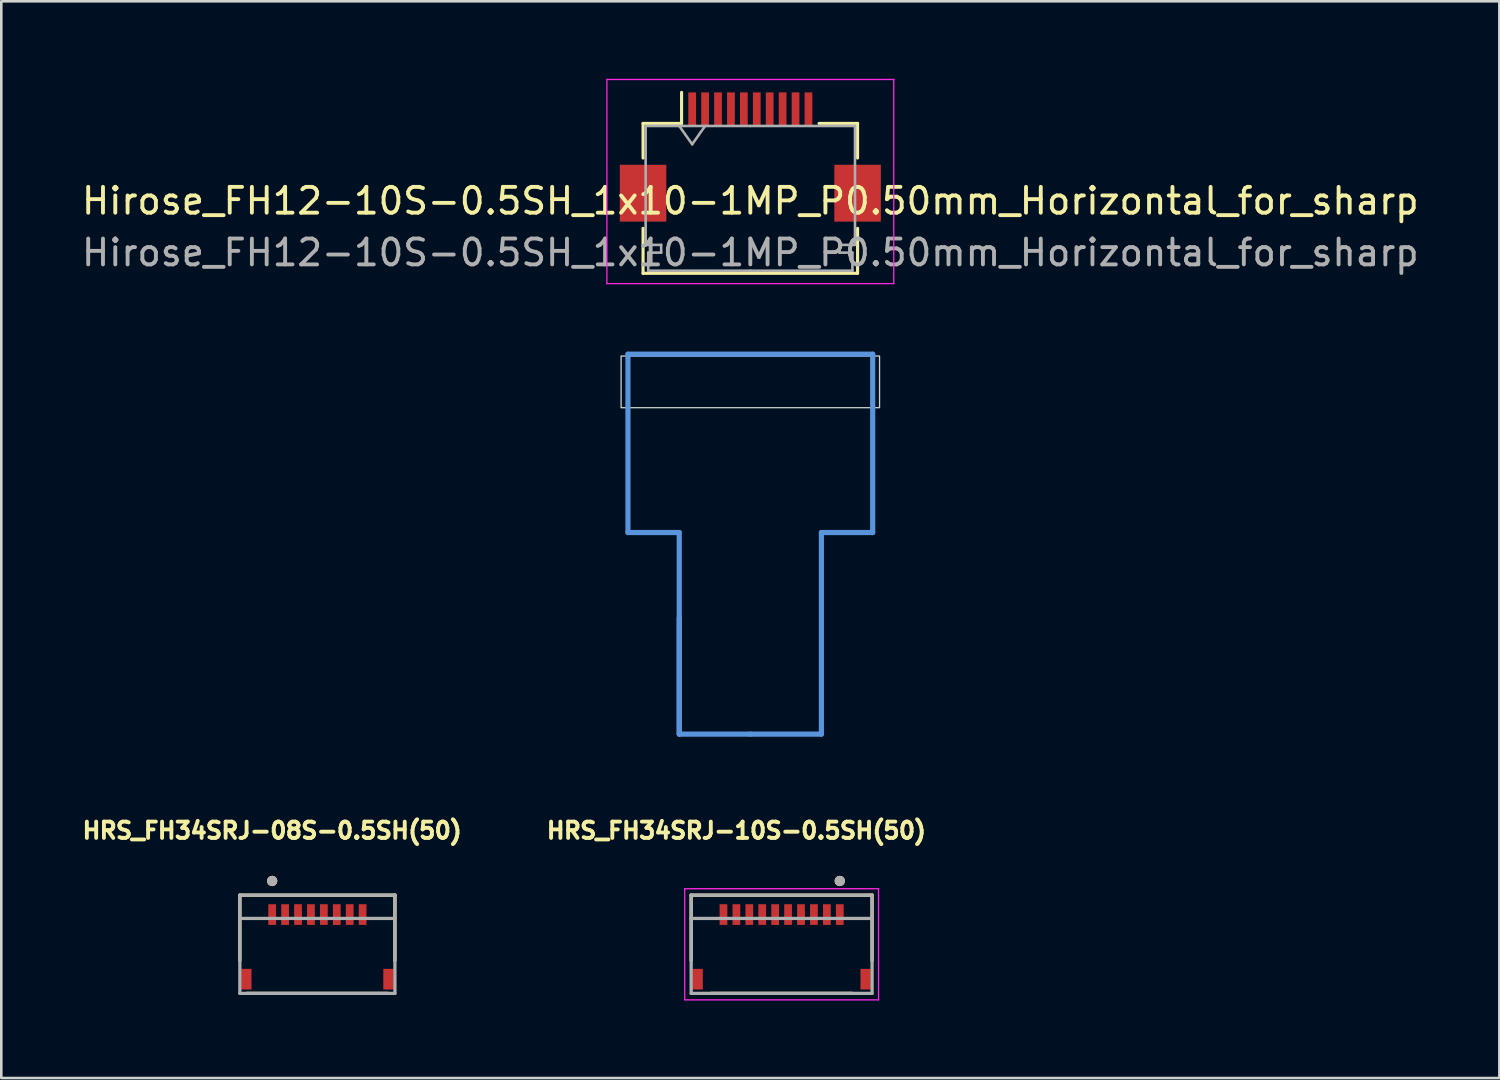
<source format=kicad_pcb>
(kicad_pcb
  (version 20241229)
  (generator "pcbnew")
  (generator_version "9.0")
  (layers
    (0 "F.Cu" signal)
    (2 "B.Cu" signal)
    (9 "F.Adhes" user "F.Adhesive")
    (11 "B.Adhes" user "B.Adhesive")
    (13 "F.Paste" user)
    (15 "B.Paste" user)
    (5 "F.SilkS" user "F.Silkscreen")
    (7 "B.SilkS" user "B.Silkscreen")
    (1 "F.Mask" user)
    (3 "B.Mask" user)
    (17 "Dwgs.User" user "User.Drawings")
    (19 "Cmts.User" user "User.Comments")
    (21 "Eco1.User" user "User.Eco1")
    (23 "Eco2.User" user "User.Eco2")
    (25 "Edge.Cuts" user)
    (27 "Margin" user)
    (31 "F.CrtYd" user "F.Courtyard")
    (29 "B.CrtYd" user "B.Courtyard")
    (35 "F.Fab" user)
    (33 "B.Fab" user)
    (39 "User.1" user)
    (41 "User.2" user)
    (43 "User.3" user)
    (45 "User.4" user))
  (footprint "HRS_FH34SRJ-10S-0.5SH(50)"
    (layer "F.Cu")
    (at 27.193 33.487)
    (property "Reference" "HRS_FH34SRJ-10S-0.5SH(50)" (at -1.75 -4.4 0) (layer "F.SilkS") (effects (font (size 0.63 0.63) (thickness 0.15))))
    (attr through_hole)
    (fp_poly (pts (xy -2.45 -1.6) (xy -2.05 -1.6) (xy -2.05 -0.7) (xy -2.45 -0.7)) (stroke (width 0.01) (type solid)) (fill yes) (layer "F.Mask"))
    (fp_poly (pts (xy -1.95 -1.6) (xy -1.55 -1.6) (xy -1.55 -0.7) (xy -1.95 -0.7)) (stroke (width 0.01) (type solid)) (fill yes) (layer "F.Mask"))
    (fp_poly (pts (xy -1.45 -1.6) (xy -1.05 -1.6) (xy -1.05 -0.7) (xy -1.45 -0.7)) (stroke (width 0.01) (type solid)) (fill yes) (layer "F.Mask"))
    (fp_poly (pts (xy -0.95 -1.6) (xy -0.55 -1.6) (xy -0.55 -0.7) (xy -0.95 -0.7)) (stroke (width 0.01) (type solid)) (fill yes) (layer "F.Mask"))
    (fp_poly (pts (xy -0.45 -1.6) (xy -0.05 -1.6) (xy -0.05 -0.7) (xy -0.45 -0.7)) (stroke (width 0.01) (type solid)) (fill yes) (layer "F.Mask"))
    (fp_poly (pts (xy 0.05 -1.6) (xy 0.45 -1.6) (xy 0.45 -0.7) (xy 0.05 -0.7)) (stroke (width 0.01) (type solid)) (fill yes) (layer "F.Mask"))
    (fp_poly (pts (xy 0.55 -1.6) (xy 0.95 -1.6) (xy 0.95 -0.7) (xy 0.55 -0.7)) (stroke (width 0.01) (type solid)) (fill yes) (layer "F.Mask"))
    (fp_poly (pts (xy 1.05 -1.6) (xy 1.45 -1.6) (xy 1.45 -0.7) (xy 1.05 -0.7)) (stroke (width 0.01) (type solid)) (fill yes) (layer "F.Mask"))
    (fp_poly (pts (xy 1.55 -1.6) (xy 1.95 -1.6) (xy 1.95 -0.7) (xy 1.55 -0.7)) (stroke (width 0.01) (type solid)) (fill yes) (layer "F.Mask"))
    (fp_poly (pts (xy 2.05 -1.6) (xy 2.45 -1.6) (xy 2.45 -0.7) (xy 2.05 -0.7)) (stroke (width 0.01) (type solid)) (fill yes) (layer "F.Mask"))
    (fp_line (start -3.5 -1.9) (end -3.5 0.63) (stroke (width 0.127) (type solid)) (layer "F.SilkS"))
    (fp_line (start -2.73 1.9) (end 2.73 1.9) (stroke (width 0.127) (type solid)) (layer "F.SilkS"))
    (fp_line (start 3.5 -1.9) (end -3.5 -1.9) (stroke (width 0.127) (type solid)) (layer "F.SilkS"))
    (fp_line (start 3.5 0.63) (end 3.5 -1.9) (stroke (width 0.127) (type solid)) (layer "F.SilkS"))
    (fp_circle (center 2.25 -2.45) (end 2.35 -2.45) (stroke (width 0.2) (type solid)) (fill no) (layer "F.SilkS"))
    (fp_poly (pts (xy -2.375 -1.55) (xy -2.125 -1.55) (xy -2.125 -0.9) (xy -2.375 -0.9)) (stroke (width 0.01) (type solid)) (fill yes) (layer "F.Paste"))
    (fp_poly (pts (xy -1.875 -1.55) (xy -1.625 -1.55) (xy -1.625 -0.9) (xy -1.875 -0.9)) (stroke (width 0.01) (type solid)) (fill yes) (layer "F.Paste"))
    (fp_poly (pts (xy -1.375 -1.55) (xy -1.125 -1.55) (xy -1.125 -0.9) (xy -1.375 -0.9)) (stroke (width 0.01) (type solid)) (fill yes) (layer "F.Paste"))
    (fp_poly (pts (xy -0.875 -1.55) (xy -0.625 -1.55) (xy -0.625 -0.9) (xy -0.875 -0.9)) (stroke (width 0.01) (type solid)) (fill yes) (layer "F.Paste"))
    (fp_poly (pts (xy -0.375 -1.55) (xy -0.125 -1.55) (xy -0.125 -0.9) (xy -0.375 -0.9)) (stroke (width 0.01) (type solid)) (fill yes) (layer "F.Paste"))
    (fp_poly (pts (xy 0.125 -1.55) (xy 0.375 -1.55) (xy 0.375 -0.9) (xy 0.125 -0.9)) (stroke (width 0.01) (type solid)) (fill yes) (layer "F.Paste"))
    (fp_poly (pts (xy 0.625 -1.55) (xy 0.875 -1.55) (xy 0.875 -0.9) (xy 0.625 -0.9)) (stroke (width 0.01) (type solid)) (fill yes) (layer "F.Paste"))
    (fp_poly (pts (xy 1.125 -1.55) (xy 1.375 -1.55) (xy 1.375 -0.9) (xy 1.125 -0.9)) (stroke (width 0.01) (type solid)) (fill yes) (layer "F.Paste"))
    (fp_poly (pts (xy 1.625 -1.55) (xy 1.875 -1.55) (xy 1.875 -0.9) (xy 1.625 -0.9)) (stroke (width 0.01) (type solid)) (fill yes) (layer "F.Paste"))
    (fp_poly (pts (xy 2.125 -1.55) (xy 2.375 -1.55) (xy 2.375 -0.9) (xy 2.125 -0.9)) (stroke (width 0.01) (type solid)) (fill yes) (layer "F.Paste"))
    (fp_line (start -3.75 -2.15) (end -3.75 2.15) (stroke (width 0.05) (type solid)) (layer "F.CrtYd"))
    (fp_line (start -3.75 2.15) (end 3.75 2.15) (stroke (width 0.05) (type solid)) (layer "F.CrtYd"))
    (fp_line (start 3.75 -2.15) (end -3.75 -2.15) (stroke (width 0.05) (type solid)) (layer "F.CrtYd"))
    (fp_line (start 3.75 2.15) (end 3.75 -2.15) (stroke (width 0.05) (type solid)) (layer "F.CrtYd"))
    (fp_line (start -3.5 -1.9) (end 3.5 -1.9) (stroke (width 0.127) (type solid)) (layer "F.Fab"))
    (fp_line (start -3.5 -1) (end -3.5 -1.9) (stroke (width 0.127) (type solid)) (layer "F.Fab"))
    (fp_line (start -3.5 -1) (end -3.5 1.9) (stroke (width 0.127) (type solid)) (layer "F.Fab"))
    (fp_line (start -3.5 1.9) (end 3.5 1.9) (stroke (width 0.127) (type solid)) (layer "F.Fab"))
    (fp_line (start 3.5 -1.9) (end 3.5 -1) (stroke (width 0.127) (type solid)) (layer "F.Fab"))
    (fp_line (start 3.5 -1) (end -3.5 -1) (stroke (width 0.127) (type solid)) (layer "F.Fab"))
    (fp_line (start 3.5 1.9) (end 3.5 -1) (stroke (width 0.127) (type solid)) (layer "F.Fab"))
    (fp_circle (center 2.25 -2.45) (end 2.35 -2.45) (stroke (width 0.2) (type solid)) (fill no) (layer "F.Fab"))
    (pad "1" smd rect (at 2.25 -1.15) (size 0.3 0.8) (layers "F.Cu"))
    (pad "2" smd rect (at 1.75 -1.15) (size 0.3 0.8) (layers "F.Cu"))
    (pad "3" smd rect (at 1.25 -1.15) (size 0.3 0.8) (layers "F.Cu"))
    (pad "4" smd rect (at 0.75 -1.15) (size 0.3 0.8) (layers "F.Cu"))
    (pad "5" smd rect (at 0.25 -1.15) (size 0.3 0.8) (layers "F.Cu"))
    (pad "6" smd rect (at -0.25 -1.15) (size 0.3 0.8) (layers "F.Cu"))
    (pad "7" smd rect (at -0.75 -1.15) (size 0.3 0.8) (layers "F.Cu"))
    (pad "8" smd rect (at -1.25 -1.15) (size 0.3 0.8) (layers "F.Cu"))
    (pad "9" smd rect (at -1.75 -1.15) (size 0.3 0.8) (layers "F.Cu"))
    (pad "10" smd rect (at -2.25 -1.15) (size 0.3 0.8) (layers "F.Cu"))
    (pad "MP" smd rect (at -3.25 1.35) (size 0.4 0.8) (layers "F.Cu" "F.Mask" "F.Paste"))
    (pad "MP" smd rect (at 3.25 1.35) (size 0.4 0.8) (layers "F.Cu" "F.Mask" "F.Paste")))
  (footprint "Hirose_FH12-10S-0.5SH_1x10-1MP_P0.50mm_Horizontal_for_sharp"
    (layer "F.Cu")
    (at 25.982 3.025)
    (property "Reference" "Hirose_FH12-10S-0.5SH_1x10-1MP_P0.50mm_Horizontal_for_sharp" (at 0 1.7 0) (layer "F.SilkS") (effects (font (size 1 1) (thickness 0.15))))
    (attr smd)
    (fp_line (start -4.15 -1.3) (end -4.15 0.04) (stroke (width 0.12) (type solid)) (layer "F.SilkS"))
    (fp_line (start -4.15 2.76) (end -4.15 4.5) (stroke (width 0.12) (type solid)) (layer "F.SilkS"))
    (fp_line (start -4.15 4.5) (end 4.15 4.5) (stroke (width 0.12) (type solid)) (layer "F.SilkS"))
    (fp_line (start -2.66 -1.3) (end -4.15 -1.3) (stroke (width 0.12) (type solid)) (layer "F.SilkS"))
    (fp_line (start -2.66 -1.3) (end -2.66 -2.5) (stroke (width 0.12) (type solid)) (layer "F.SilkS"))
    (fp_line (start 2.66 -1.3) (end 4.15 -1.3) (stroke (width 0.12) (type solid)) (layer "F.SilkS"))
    (fp_line (start 4.15 -1.3) (end 4.15 0.04) (stroke (width 0.12) (type solid)) (layer "F.SilkS"))
    (fp_line (start 4.15 4.5) (end 4.15 2.76) (stroke (width 0.12) (type solid)) (layer "F.SilkS"))
    (fp_line (start -4.735 7.63) (end -4.735 14.53) (stroke (width 0.2) (type solid)) (layer "Cmts.User"))
    (fp_line (start -4.735 7.63) (end 4.735 7.63) (stroke (width 0.2) (type solid)) (layer "Cmts.User"))
    (fp_line (start -2.75 14.53) (end -4.735 14.53) (stroke (width 0.2) (type solid)) (layer "Cmts.User"))
    (fp_line (start -2.75 22.33) (end -2.75 14.53) (stroke (width 0.2) (type solid)) (layer "Cmts.User"))
    (fp_line (start -2.75 22.33) (end -2.75 17.83) (stroke (width 0.2) (type solid)) (layer "Cmts.User"))
    (fp_line (start 0 22.33) (end -2.75 22.33) (stroke (width 0.2) (type solid)) (layer "Cmts.User"))
    (fp_line (start 0 22.33) (end 2.75 22.33) (stroke (width 0.2) (type solid)) (layer "Cmts.User"))
    (fp_line (start 2.75 14.53) (end 4.735 14.53) (stroke (width 0.2) (type solid)) (layer "Cmts.User"))
    (fp_line (start 2.75 22.33) (end 2.75 14.53) (stroke (width 0.2) (type solid)) (layer "Cmts.User"))
    (fp_line (start 4.735 14.53) (end 4.735 7.63) (stroke (width 0.2) (type solid)) (layer "Cmts.User"))
    (fp_rect (start -5 7.7) (end 5 9.7) (stroke (width 0.05) (type solid)) (fill no) (layer "Edge.Cuts"))
    (fp_line (start -5.55 -3) (end -5.55 4.9) (stroke (width 0.05) (type solid)) (layer "F.CrtYd"))
    (fp_line (start -5.55 4.9) (end 5.55 4.9) (stroke (width 0.05) (type solid)) (layer "F.CrtYd"))
    (fp_line (start 5.55 -3) (end -5.55 -3) (stroke (width 0.05) (type solid)) (layer "F.CrtYd"))
    (fp_line (start 5.55 4.9) (end 5.55 -3) (stroke (width 0.05) (type solid)) (layer "F.CrtYd"))
    (fp_line (start -4.05 -1.2) (end -4.05 3.4) (stroke (width 0.1) (type solid)) (layer "F.Fab"))
    (fp_line (start -4.05 3.4) (end -3.45 3.4) (stroke (width 0.1) (type solid)) (layer "F.Fab"))
    (fp_line (start -3.95 3.7) (end -3.95 4.4) (stroke (width 0.1) (type solid)) (layer "F.Fab"))
    (fp_line (start -3.95 4.4) (end 0 4.4) (stroke (width 0.1) (type solid)) (layer "F.Fab"))
    (fp_line (start -3.45 3.4) (end -3.45 3.7) (stroke (width 0.1) (type solid)) (layer "F.Fab"))
    (fp_line (start -3.45 3.7) (end -3.95 3.7) (stroke (width 0.1) (type solid)) (layer "F.Fab"))
    (fp_line (start -2.75 -1.2) (end -2.25 -0.493) (stroke (width 0.1) (type solid)) (layer "F.Fab"))
    (fp_line (start -2.25 -0.493) (end -1.75 -1.2) (stroke (width 0.1) (type solid)) (layer "F.Fab"))
    (fp_line (start 0 -1.2) (end -4.05 -1.2) (stroke (width 0.1) (type solid)) (layer "F.Fab"))
    (fp_line (start 0 -1.2) (end 4.05 -1.2) (stroke (width 0.1) (type solid)) (layer "F.Fab"))
    (fp_line (start 3.45 3.4) (end 3.45 3.7) (stroke (width 0.1) (type solid)) (layer "F.Fab"))
    (fp_line (start 3.45 3.7) (end 3.95 3.7) (stroke (width 0.1) (type solid)) (layer "F.Fab"))
    (fp_line (start 3.95 3.7) (end 3.95 4.4) (stroke (width 0.1) (type solid)) (layer "F.Fab"))
    (fp_line (start 3.95 4.4) (end 0 4.4) (stroke (width 0.1) (type solid)) (layer "F.Fab"))
    (fp_line (start 4.05 -1.2) (end 4.05 3.4) (stroke (width 0.1) (type solid)) (layer "F.Fab"))
    (fp_line (start 4.05 3.4) (end 3.45 3.4) (stroke (width 0.1) (type solid)) (layer "F.Fab"))
    (fp_text user "${REFERENCE}" (at 0 3.7 0) (layer "F.Fab") (effects (font (size 1 1) (thickness 0.15))))
    (pad "1" smd rect (at -2.25 -1.85) (size 0.3 1.3) (layers "F.Cu" "F.Mask" "F.Paste"))
    (pad "2" smd rect (at -1.75 -1.85) (size 0.3 1.3) (layers "F.Cu" "F.Mask" "F.Paste"))
    (pad "3" smd rect (at -1.25 -1.85) (size 0.3 1.3) (layers "F.Cu" "F.Mask" "F.Paste"))
    (pad "4" smd rect (at -0.75 -1.85) (size 0.3 1.3) (layers "F.Cu" "F.Mask" "F.Paste"))
    (pad "5" smd rect (at -0.25 -1.85) (size 0.3 1.3) (layers "F.Cu" "F.Mask" "F.Paste"))
    (pad "6" smd rect (at 0.25 -1.85) (size 0.3 1.3) (layers "F.Cu" "F.Mask" "F.Paste"))
    (pad "7" smd rect (at 0.75 -1.85) (size 0.3 1.3) (layers "F.Cu" "F.Mask" "F.Paste"))
    (pad "8" smd rect (at 1.25 -1.85) (size 0.3 1.3) (layers "F.Cu" "F.Mask" "F.Paste"))
    (pad "9" smd rect (at 1.75 -1.85) (size 0.3 1.3) (layers "F.Cu" "F.Mask" "F.Paste"))
    (pad "10" smd rect (at 2.25 -1.85) (size 0.3 1.3) (layers "F.Cu" "F.Mask" "F.Paste"))
    (pad "MP" smd rect (at -4.15 1.4) (size 1.8 2.2) (layers "F.Cu" "F.Mask" "F.Paste"))
    (pad "MP" smd rect (at 4.15 1.4) (size 1.8 2.2) (layers "F.Cu" "F.Mask" "F.Paste")))
  (footprint "HRS_FH34SRJ-08S-0.5SH(50)"
    (layer "F.Cu")
    (at 9.231 33.487)
    (property "Reference" "HRS_FH34SRJ-08S-0.5SH(50)" (at -1.75 -4.4 180) (layer "F.SilkS") (effects (font (size 0.63 0.63) (thickness 0.15))))
    (attr through_hole)
    (fp_poly (pts (xy -1.95 -1.6) (xy -1.55 -1.6) (xy -1.55 -0.7) (xy -1.95 -0.7)) (stroke (width 0.01) (type solid)) (fill yes) (layer "F.Mask"))
    (fp_poly (pts (xy -1.45 -1.6) (xy -1.05 -1.6) (xy -1.05 -0.7) (xy -1.45 -0.7)) (stroke (width 0.01) (type solid)) (fill yes) (layer "F.Mask"))
    (fp_poly (pts (xy -0.95 -1.6) (xy -0.55 -1.6) (xy -0.55 -0.7) (xy -0.95 -0.7)) (stroke (width 0.01) (type solid)) (fill yes) (layer "F.Mask"))
    (fp_poly (pts (xy -0.45 -1.6) (xy -0.05 -1.6) (xy -0.05 -0.7) (xy -0.45 -0.7)) (stroke (width 0.01) (type solid)) (fill yes) (layer "F.Mask"))
    (fp_poly (pts (xy 0.05 -1.6) (xy 0.45 -1.6) (xy 0.45 -0.7) (xy 0.05 -0.7)) (stroke (width 0.01) (type solid)) (fill yes) (layer "F.Mask"))
    (fp_poly (pts (xy 0.55 -1.6) (xy 0.95 -1.6) (xy 0.95 -0.7) (xy 0.55 -0.7)) (stroke (width 0.01) (type solid)) (fill yes) (layer "F.Mask"))
    (fp_poly (pts (xy 1.05 -1.6) (xy 1.45 -1.6) (xy 1.45 -0.7) (xy 1.05 -0.7)) (stroke (width 0.01) (type solid)) (fill yes) (layer "F.Mask"))
    (fp_poly (pts (xy 1.55 -1.6) (xy 1.95 -1.6) (xy 1.95 -0.7) (xy 1.55 -0.7)) (stroke (width 0.01) (type solid)) (fill yes) (layer "F.Mask"))
    (fp_line (start -3 -1.9) (end -3 0.63) (stroke (width 0.127) (type solid)) (layer "F.SilkS"))
    (fp_line (start -2.73 1.9) (end 2.73 1.9) (stroke (width 0.127) (type solid)) (layer "F.SilkS"))
    (fp_line (start 3 -1.9) (end -3 -1.9) (stroke (width 0.127) (type solid)) (layer "F.SilkS"))
    (fp_line (start 3 0.63) (end 3 -1.9) (stroke (width 0.127) (type solid)) (layer "F.SilkS"))
    (fp_circle (center -1.75 -2.45) (end -1.65 -2.45) (stroke (width 0.2) (type solid)) (fill no) (layer "F.SilkS"))
    (fp_poly (pts (xy -1.875 -1.55) (xy -1.625 -1.55) (xy -1.625 -0.9) (xy -1.875 -0.9)) (stroke (width 0.01) (type solid)) (fill yes) (layer "F.Paste"))
    (fp_poly (pts (xy -1.375 -1.55) (xy -1.125 -1.55) (xy -1.125 -0.9) (xy -1.375 -0.9)) (stroke (width 0.01) (type solid)) (fill yes) (layer "F.Paste"))
    (fp_poly (pts (xy -0.875 -1.55) (xy -0.625 -1.55) (xy -0.625 -0.9) (xy -0.875 -0.9)) (stroke (width 0.01) (type solid)) (fill yes) (layer "F.Paste"))
    (fp_poly (pts (xy -0.375 -1.55) (xy -0.125 -1.55) (xy -0.125 -0.9) (xy -0.375 -0.9)) (stroke (width 0.01) (type solid)) (fill yes) (layer "F.Paste"))
    (fp_poly (pts (xy 0.125 -1.55) (xy 0.375 -1.55) (xy 0.375 -0.9) (xy 0.125 -0.9)) (stroke (width 0.01) (type solid)) (fill yes) (layer "F.Paste"))
    (fp_poly (pts (xy 0.625 -1.55) (xy 0.875 -1.55) (xy 0.875 -0.9) (xy 0.625 -0.9)) (stroke (width 0.01) (type solid)) (fill yes) (layer "F.Paste"))
    (fp_poly (pts (xy 1.125 -1.55) (xy 1.375 -1.55) (xy 1.375 -0.9) (xy 1.125 -0.9)) (stroke (width 0.01) (type solid)) (fill yes) (layer "F.Paste"))
    (fp_poly (pts (xy 1.625 -1.55) (xy 1.875 -1.55) (xy 1.875 -0.9) (xy 1.625 -0.9)) (stroke (width 0.01) (type solid)) (fill yes) (layer "F.Paste"))
    (fp_line (start -3 -1.9) (end 3 -1.9) (stroke (width 0.127) (type solid)) (layer "F.Fab"))
    (fp_line (start -3 -1) (end -3 -1.9) (stroke (width 0.127) (type solid)) (layer "F.Fab"))
    (fp_line (start -3 -1) (end -3 1.9) (stroke (width 0.127) (type solid)) (layer "F.Fab"))
    (fp_line (start -3 1.9) (end 3 1.9) (stroke (width 0.127) (type solid)) (layer "F.Fab"))
    (fp_line (start 3 -1.9) (end 3 -1) (stroke (width 0.127) (type solid)) (layer "F.Fab"))
    (fp_line (start 3 -1) (end -3 -1) (stroke (width 0.127) (type solid)) (layer "F.Fab"))
    (fp_line (start 3 1.9) (end 3 -1) (stroke (width 0.127) (type solid)) (layer "F.Fab"))
    (fp_circle (center -1.75 -2.45) (end -1.65 -2.45) (stroke (width 0.2) (type solid)) (fill no) (layer "F.Fab"))
    (pad "1" smd rect (at -1.75 -1.15) (size 0.3 0.8) (layers "F.Cu"))
    (pad "2" smd rect (at -1.25 -1.15) (size 0.3 0.8) (layers "F.Cu"))
    (pad "3" smd rect (at -0.75 -1.15) (size 0.3 0.8) (layers "F.Cu"))
    (pad "4" smd rect (at -0.25 -1.15) (size 0.3 0.8) (layers "F.Cu"))
    (pad "5" smd rect (at 0.25 -1.15) (size 0.3 0.8) (layers "F.Cu"))
    (pad "6" smd rect (at 0.75 -1.15) (size 0.3 0.8) (layers "F.Cu"))
    (pad "7" smd rect (at 1.25 -1.15) (size 0.3 0.8) (layers "F.Cu"))
    (pad "8" smd rect (at 1.75 -1.15) (size 0.3 0.8) (layers "F.Cu"))
    (pad "MP" smd rect (at -2.75 1.35) (size 0.4 0.8) (layers "F.Cu" "F.Mask" "F.Paste"))
    (pad "MP" smd rect (at 2.75 1.35) (size 0.4 0.8) (layers "F.Cu" "F.Mask" "F.Paste")))
  (gr_rect
    (start -3 -3)
    (end 54.964 38.662)
    (stroke (width 0.1) (type default))
    (fill no)
    (layer "Edge.Cuts")))
</source>
